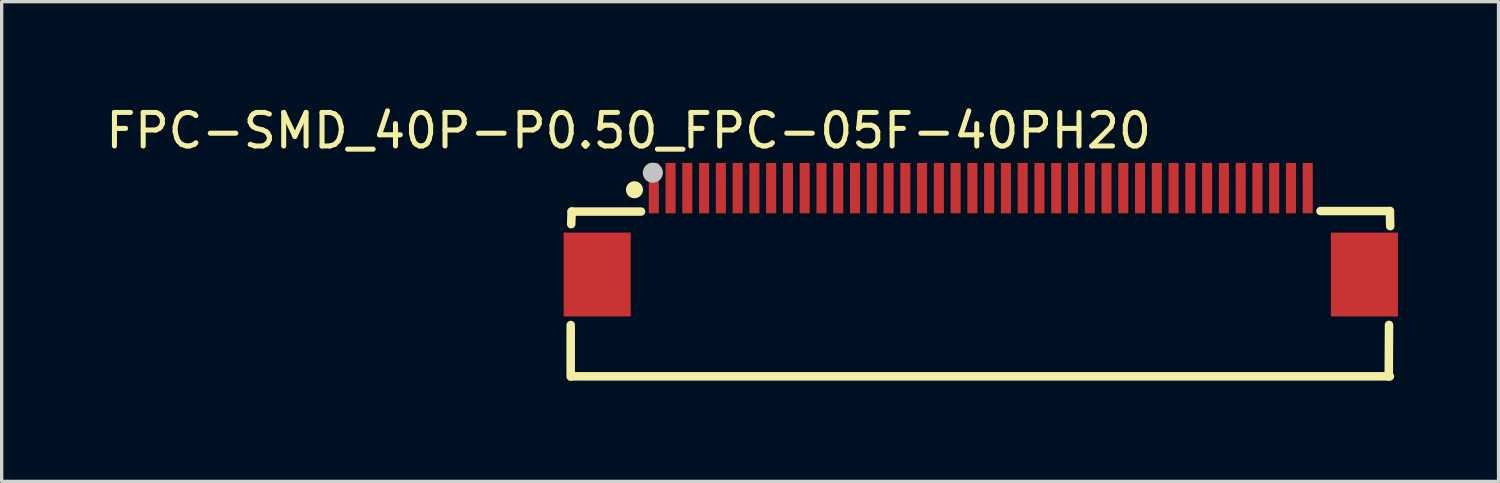
<source format=kicad_pcb>
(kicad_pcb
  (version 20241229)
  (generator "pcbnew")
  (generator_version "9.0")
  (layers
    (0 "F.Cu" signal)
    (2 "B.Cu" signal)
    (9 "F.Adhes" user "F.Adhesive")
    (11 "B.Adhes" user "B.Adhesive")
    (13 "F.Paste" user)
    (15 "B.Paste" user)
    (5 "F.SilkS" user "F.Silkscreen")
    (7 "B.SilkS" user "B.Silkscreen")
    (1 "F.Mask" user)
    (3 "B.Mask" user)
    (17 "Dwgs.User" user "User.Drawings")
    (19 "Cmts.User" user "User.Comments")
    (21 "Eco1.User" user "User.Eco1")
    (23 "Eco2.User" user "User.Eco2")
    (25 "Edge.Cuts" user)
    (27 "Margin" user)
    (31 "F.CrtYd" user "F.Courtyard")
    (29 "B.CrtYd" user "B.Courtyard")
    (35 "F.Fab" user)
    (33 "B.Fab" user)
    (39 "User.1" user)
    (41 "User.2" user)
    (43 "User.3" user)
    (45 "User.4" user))
  (footprint "FPC-SMD_40P-P0.50_FPC-05F-40PH20"
    (layer "F.Cu")
    (at 26.196 3.848)
    (property "Reference" "FPC-SMD_40P-P0.50_FPC-05F-40PH20" (at -10.5 -3 0) (layer "F.SilkS") (effects (font (size 1 1) (thickness 0.15))))
    (fp_line (start -12.228 4.331) (end -12.228 2.795) (stroke (width 0.254) (type default)) (layer "F.SilkS"))
    (fp_line (start -12.213 -0.214) (end -12.2 -0.589) (stroke (width 0.254) (type default)) (layer "F.SilkS"))
    (fp_line (start -12.2 -0.589) (end -10.131 -0.589) (stroke (width 0.254) (type default)) (layer "F.SilkS"))
    (fp_line (start -12.2 4.324) (end 12.2 4.324) (stroke (width 0.254) (type default)) (layer "F.SilkS"))
    (fp_line (start 12.166 4.33) (end 12.174 2.792) (stroke (width 0.254) (type default)) (layer "F.SilkS"))
    (fp_line (start 12.2 -0.605) (end 10.131 -0.605) (stroke (width 0.254) (type default)) (layer "F.SilkS"))
    (fp_line (start 12.21 -0.153) (end 12.2 -0.605) (stroke (width 0.254) (type default)) (layer "F.SilkS"))
    (fp_circle (center -10.327 -1.24) (end -10.2 -1.24) (stroke (width 0.254) (type default)) (fill no) (layer "F.SilkS"))
    (fp_circle (center -9.779 -1.748) (end -9.629 -1.748) (stroke (width 0.3) (type default)) (fill no) (layer "Dwgs.User"))
    (fp_poly (pts (xy -12.04 1.889) (xy -12.04 0.889) (xy -10.84 0.889) (xy -10.84 1.889)) (stroke (width 0.1) (type default)) (fill no) (layer "User.1"))
    (fp_poly (pts (xy -9.85 -1.579) (xy -9.65 -1.579) (xy -9.65 -0.629) (xy -9.85 -0.629)) (stroke (width 0.1) (type default)) (fill no) (layer "User.1"))
    (fp_poly (pts (xy -9.35 -1.579) (xy -9.15 -1.579) (xy -9.15 -0.629) (xy -9.35 -0.629)) (stroke (width 0.1) (type default)) (fill no) (layer "User.1"))
    (fp_poly (pts (xy -8.85 -1.579) (xy -8.65 -1.579) (xy -8.65 -0.629) (xy -8.85 -0.629)) (stroke (width 0.1) (type default)) (fill no) (layer "User.1"))
    (fp_poly (pts (xy -8.35 -1.579) (xy -8.15 -1.579) (xy -8.15 -0.629) (xy -8.35 -0.629)) (stroke (width 0.1) (type default)) (fill no) (layer "User.1"))
    (fp_poly (pts (xy -7.85 -1.579) (xy -7.65 -1.579) (xy -7.65 -0.629) (xy -7.85 -0.629)) (stroke (width 0.1) (type default)) (fill no) (layer "User.1"))
    (fp_poly (pts (xy -7.35 -1.579) (xy -7.15 -1.579) (xy -7.15 -0.629) (xy -7.35 -0.629)) (stroke (width 0.1) (type default)) (fill no) (layer "User.1"))
    (fp_poly (pts (xy -6.85 -1.579) (xy -6.65 -1.579) (xy -6.65 -0.629) (xy -6.85 -0.629)) (stroke (width 0.1) (type default)) (fill no) (layer "User.1"))
    (fp_poly (pts (xy -6.35 -1.579) (xy -6.15 -1.579) (xy -6.15 -0.629) (xy -6.35 -0.629)) (stroke (width 0.1) (type default)) (fill no) (layer "User.1"))
    (fp_poly (pts (xy -5.85 -1.579) (xy -5.65 -1.579) (xy -5.65 -0.629) (xy -5.85 -0.629)) (stroke (width 0.1) (type default)) (fill no) (layer "User.1"))
    (fp_poly (pts (xy -5.35 -1.579) (xy -5.15 -1.579) (xy -5.15 -0.629) (xy -5.35 -0.629)) (stroke (width 0.1) (type default)) (fill no) (layer "User.1"))
    (fp_poly (pts (xy -4.85 -1.579) (xy -4.65 -1.579) (xy -4.65 -0.629) (xy -4.85 -0.629)) (stroke (width 0.1) (type default)) (fill no) (layer "User.1"))
    (fp_poly (pts (xy -4.35 -1.579) (xy -4.15 -1.579) (xy -4.15 -0.629) (xy -4.35 -0.629)) (stroke (width 0.1) (type default)) (fill no) (layer "User.1"))
    (fp_poly (pts (xy -3.85 -1.579) (xy -3.65 -1.579) (xy -3.65 -0.629) (xy -3.85 -0.629)) (stroke (width 0.1) (type default)) (fill no) (layer "User.1"))
    (fp_poly (pts (xy -3.35 -1.579) (xy -3.15 -1.579) (xy -3.15 -0.629) (xy -3.35 -0.629)) (stroke (width 0.1) (type default)) (fill no) (layer "User.1"))
    (fp_poly (pts (xy -2.85 -1.579) (xy -2.65 -1.579) (xy -2.65 -0.629) (xy -2.85 -0.629)) (stroke (width 0.1) (type default)) (fill no) (layer "User.1"))
    (fp_poly (pts (xy -2.35 -1.579) (xy -2.15 -1.579) (xy -2.15 -0.629) (xy -2.35 -0.629)) (stroke (width 0.1) (type default)) (fill no) (layer "User.1"))
    (fp_poly (pts (xy -1.85 -1.579) (xy -1.65 -1.579) (xy -1.65 -0.629) (xy -1.85 -0.629)) (stroke (width 0.1) (type default)) (fill no) (layer "User.1"))
    (fp_poly (pts (xy -1.35 -1.579) (xy -1.15 -1.579) (xy -1.15 -0.629) (xy -1.35 -0.629)) (stroke (width 0.1) (type default)) (fill no) (layer "User.1"))
    (fp_poly (pts (xy -0.85 -1.579) (xy -0.65 -1.579) (xy -0.65 -0.629) (xy -0.85 -0.629)) (stroke (width 0.1) (type default)) (fill no) (layer "User.1"))
    (fp_poly (pts (xy -0.35 -1.579) (xy -0.15 -1.579) (xy -0.15 -0.629) (xy -0.35 -0.629)) (stroke (width 0.1) (type default)) (fill no) (layer "User.1"))
    (fp_poly (pts (xy 0.15 -1.579) (xy 0.35 -1.579) (xy 0.35 -0.629) (xy 0.15 -0.629)) (stroke (width 0.1) (type default)) (fill no) (layer "User.1"))
    (fp_poly (pts (xy 0.65 -1.579) (xy 0.85 -1.579) (xy 0.85 -0.629) (xy 0.65 -0.629)) (stroke (width 0.1) (type default)) (fill no) (layer "User.1"))
    (fp_poly (pts (xy 1.15 -1.579) (xy 1.35 -1.579) (xy 1.35 -0.629) (xy 1.15 -0.629)) (stroke (width 0.1) (type default)) (fill no) (layer "User.1"))
    (fp_poly (pts (xy 1.65 -1.579) (xy 1.85 -1.579) (xy 1.85 -0.629) (xy 1.65 -0.629)) (stroke (width 0.1) (type default)) (fill no) (layer "User.1"))
    (fp_poly (pts (xy 2.15 -1.579) (xy 2.35 -1.579) (xy 2.35 -0.629) (xy 2.15 -0.629)) (stroke (width 0.1) (type default)) (fill no) (layer "User.1"))
    (fp_poly (pts (xy 2.65 -1.579) (xy 2.85 -1.579) (xy 2.85 -0.629) (xy 2.65 -0.629)) (stroke (width 0.1) (type default)) (fill no) (layer "User.1"))
    (fp_poly (pts (xy 3.15 -1.579) (xy 3.35 -1.579) (xy 3.35 -0.629) (xy 3.15 -0.629)) (stroke (width 0.1) (type default)) (fill no) (layer "User.1"))
    (fp_poly (pts (xy 3.65 -1.579) (xy 3.85 -1.579) (xy 3.85 -0.629) (xy 3.65 -0.629)) (stroke (width 0.1) (type default)) (fill no) (layer "User.1"))
    (fp_poly (pts (xy 4.15 -1.579) (xy 4.35 -1.579) (xy 4.35 -0.629) (xy 4.15 -0.629)) (stroke (width 0.1) (type default)) (fill no) (layer "User.1"))
    (fp_poly (pts (xy 4.65 -1.579) (xy 4.85 -1.579) (xy 4.85 -0.629) (xy 4.65 -0.629)) (stroke (width 0.1) (type default)) (fill no) (layer "User.1"))
    (fp_poly (pts (xy 5.15 -1.579) (xy 5.35 -1.579) (xy 5.35 -0.629) (xy 5.15 -0.629)) (stroke (width 0.1) (type default)) (fill no) (layer "User.1"))
    (fp_poly (pts (xy 5.65 -1.579) (xy 5.85 -1.579) (xy 5.85 -0.629) (xy 5.65 -0.629)) (stroke (width 0.1) (type default)) (fill no) (layer "User.1"))
    (fp_poly (pts (xy 6.15 -1.579) (xy 6.35 -1.579) (xy 6.35 -0.629) (xy 6.15 -0.629)) (stroke (width 0.1) (type default)) (fill no) (layer "User.1"))
    (fp_poly (pts (xy 6.65 -1.579) (xy 6.85 -1.579) (xy 6.85 -0.629) (xy 6.65 -0.629)) (stroke (width 0.1) (type default)) (fill no) (layer "User.1"))
    (fp_poly (pts (xy 7.15 -1.579) (xy 7.35 -1.579) (xy 7.35 -0.629) (xy 7.15 -0.629)) (stroke (width 0.1) (type default)) (fill no) (layer "User.1"))
    (fp_poly (pts (xy 7.65 -1.579) (xy 7.85 -1.579) (xy 7.85 -0.629) (xy 7.65 -0.629)) (stroke (width 0.1) (type default)) (fill no) (layer "User.1"))
    (fp_poly (pts (xy 8.15 -1.579) (xy 8.35 -1.579) (xy 8.35 -0.629) (xy 8.15 -0.629)) (stroke (width 0.1) (type default)) (fill no) (layer "User.1"))
    (fp_poly (pts (xy 8.65 -1.579) (xy 8.85 -1.579) (xy 8.85 -0.629) (xy 8.65 -0.629)) (stroke (width 0.1) (type default)) (fill no) (layer "User.1"))
    (fp_poly (pts (xy 9.15 -1.579) (xy 9.35 -1.579) (xy 9.35 -0.629) (xy 9.15 -0.629)) (stroke (width 0.1) (type default)) (fill no) (layer "User.1"))
    (fp_poly (pts (xy 9.65 -1.579) (xy 9.85 -1.579) (xy 9.85 -0.629) (xy 9.65 -0.629)) (stroke (width 0.1) (type default)) (fill no) (layer "User.1"))
    (fp_poly (pts (xy 10.84 1.889) (xy 10.84 0.889) (xy 12.04 0.889) (xy 12.04 1.889)) (stroke (width 0.1) (type default)) (fill no) (layer "User.1"))
    (fp_line (start -12.2 -0.709) (end 12.2 -0.709) (stroke (width 0.051) (type default)) (layer "User.2"))
    (fp_line (start -12.2 4.412) (end -12.2 -0.709) (stroke (width 0.051) (type default)) (layer "User.2"))
    (fp_line (start 12.2 -0.709) (end 12.2 4.412) (stroke (width 0.051) (type default)) (layer "User.2"))
    (fp_line (start 12.2 4.412) (end -12.2 4.412) (stroke (width 0.051) (type default)) (layer "User.2"))
    (fp_poly (pts (xy -12.14 -1.579) (xy -12.158 -1.622) (xy -12.2 -1.639) (xy -12.242 -1.622) (xy -12.26 -1.579) (xy -12.242 -1.537) (xy -12.2 -1.52) (xy -12.158 -1.537)) (stroke (width 0.1) (type default)) (fill no) (layer "User.3"))
    (pad "1" smd rect (at -9.75 -1.288) (size 0.3 1.5) (layers "F.Cu" "F.Mask" "F.Paste"))
    (pad "2" smd rect (at -9.25 -1.288) (size 0.3 1.5) (layers "F.Cu" "F.Mask" "F.Paste"))
    (pad "3" smd rect (at -8.75 -1.288) (size 0.3 1.5) (layers "F.Cu" "F.Mask" "F.Paste"))
    (pad "4" smd rect (at -8.25 -1.288) (size 0.3 1.5) (layers "F.Cu" "F.Mask" "F.Paste"))
    (pad "5" smd rect (at -7.75 -1.288) (size 0.3 1.5) (layers "F.Cu" "F.Mask" "F.Paste"))
    (pad "6" smd rect (at -7.25 -1.288) (size 0.3 1.5) (layers "F.Cu" "F.Mask" "F.Paste"))
    (pad "7" smd rect (at -6.75 -1.288) (size 0.3 1.5) (layers "F.Cu" "F.Mask" "F.Paste"))
    (pad "8" smd rect (at -6.25 -1.288) (size 0.3 1.5) (layers "F.Cu" "F.Mask" "F.Paste"))
    (pad "9" smd rect (at -5.75 -1.288) (size 0.3 1.5) (layers "F.Cu" "F.Mask" "F.Paste"))
    (pad "10" smd rect (at -5.25 -1.288) (size 0.3 1.5) (layers "F.Cu" "F.Mask" "F.Paste"))
    (pad "11" smd rect (at -4.75 -1.288) (size 0.3 1.5) (layers "F.Cu" "F.Mask" "F.Paste"))
    (pad "12" smd rect (at -4.25 -1.288) (size 0.3 1.5) (layers "F.Cu" "F.Mask" "F.Paste"))
    (pad "13" smd rect (at -3.75 -1.288) (size 0.3 1.5) (layers "F.Cu" "F.Mask" "F.Paste"))
    (pad "14" smd rect (at -3.25 -1.288) (size 0.3 1.5) (layers "F.Cu" "F.Mask" "F.Paste"))
    (pad "15" smd rect (at -2.75 -1.288) (size 0.3 1.5) (layers "F.Cu" "F.Mask" "F.Paste"))
    (pad "16" smd rect (at -2.25 -1.288) (size 0.3 1.5) (layers "F.Cu" "F.Mask" "F.Paste"))
    (pad "17" smd rect (at -1.75 -1.288) (size 0.3 1.5) (layers "F.Cu" "F.Mask" "F.Paste"))
    (pad "18" smd rect (at -1.25 -1.288) (size 0.3 1.5) (layers "F.Cu" "F.Mask" "F.Paste"))
    (pad "19" smd rect (at -0.75 -1.288) (size 0.3 1.5) (layers "F.Cu" "F.Mask" "F.Paste"))
    (pad "20" smd rect (at -0.25 -1.288) (size 0.3 1.5) (layers "F.Cu" "F.Mask" "F.Paste"))
    (pad "21" smd rect (at 0.25 -1.288) (size 0.3 1.5) (layers "F.Cu" "F.Mask" "F.Paste"))
    (pad "22" smd rect (at 0.75 -1.288) (size 0.3 1.5) (layers "F.Cu" "F.Mask" "F.Paste"))
    (pad "23" smd rect (at 1.25 -1.288) (size 0.3 1.5) (layers "F.Cu" "F.Mask" "F.Paste"))
    (pad "24" smd rect (at 1.75 -1.288) (size 0.3 1.5) (layers "F.Cu" "F.Mask" "F.Paste"))
    (pad "25" smd rect (at 2.25 -1.288) (size 0.3 1.5) (layers "F.Cu" "F.Mask" "F.Paste"))
    (pad "26" smd rect (at 2.75 -1.288) (size 0.3 1.5) (layers "F.Cu" "F.Mask" "F.Paste"))
    (pad "27" smd rect (at 3.25 -1.288) (size 0.3 1.5) (layers "F.Cu" "F.Mask" "F.Paste"))
    (pad "28" smd rect (at 3.75 -1.288) (size 0.3 1.5) (layers "F.Cu" "F.Mask" "F.Paste"))
    (pad "29" smd rect (at 4.25 -1.288) (size 0.3 1.5) (layers "F.Cu" "F.Mask" "F.Paste"))
    (pad "30" smd rect (at 4.75 -1.288) (size 0.3 1.5) (layers "F.Cu" "F.Mask" "F.Paste"))
    (pad "31" smd rect (at 5.25 -1.288) (size 0.3 1.5) (layers "F.Cu" "F.Mask" "F.Paste"))
    (pad "32" smd rect (at 5.75 -1.288) (size 0.3 1.5) (layers "F.Cu" "F.Mask" "F.Paste"))
    (pad "33" smd rect (at 6.25 -1.288) (size 0.3 1.5) (layers "F.Cu" "F.Mask" "F.Paste"))
    (pad "34" smd rect (at 6.75 -1.288) (size 0.3 1.5) (layers "F.Cu" "F.Mask" "F.Paste"))
    (pad "35" smd rect (at 7.25 -1.288) (size 0.3 1.5) (layers "F.Cu" "F.Mask" "F.Paste"))
    (pad "36" smd rect (at 7.75 -1.288) (size 0.3 1.5) (layers "F.Cu" "F.Mask" "F.Paste"))
    (pad "37" smd rect (at 8.25 -1.288) (size 0.3 1.5) (layers "F.Cu" "F.Mask" "F.Paste"))
    (pad "38" smd rect (at 8.75 -1.288) (size 0.3 1.5) (layers "F.Cu" "F.Mask" "F.Paste"))
    (pad "39" smd rect (at 9.25 -1.288) (size 0.3 1.5) (layers "F.Cu" "F.Mask" "F.Paste"))
    (pad "40" smd rect (at 9.75 -1.288) (size 0.3 1.5) (layers "F.Cu" "F.Mask" "F.Paste"))
    (pad "41" smd rect (at 11.44 1.288) (size 2 2.5) (layers "F.Cu" "F.Mask" "F.Paste"))
    (pad "42" smd rect (at -11.44 1.288) (size 2 2.5) (layers "F.Cu" "F.Mask" "F.Paste")))
  (gr_rect
    (start -3 -3)
    (end 41.636 11.306)
    (stroke (width 0.1) (type default))
    (fill no)
    (layer "Edge.Cuts")))
</source>
